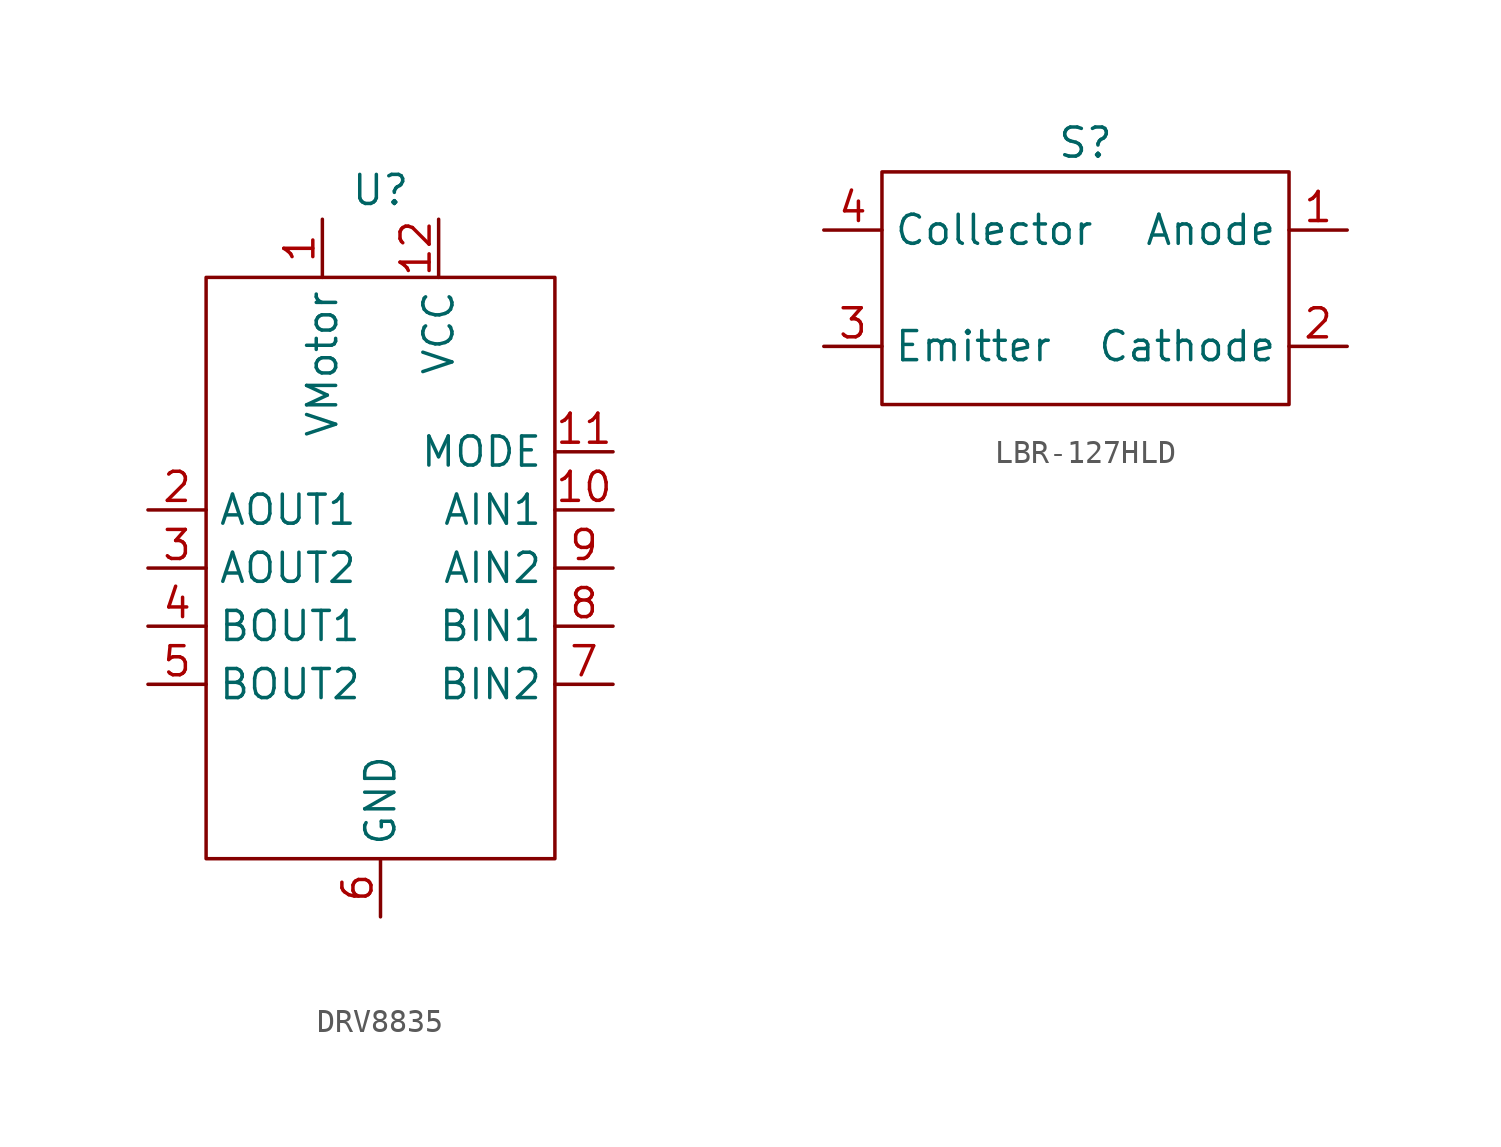
<source format=kicad_sym>
(kicad_symbol_lib
  (version 20220914)
  (generator kicad_symbol_editor)
  (symbol "DRV8835"
    (property "Reference" "U"
      (at 0 3.81 0)
      (effects (font (size 1.27 1.27))))
    (property "Value" ""
      (at 0 3.81 0)
      (effects (font (size 1.27 1.27))))
    (symbol "DRV8835_0_1"
      (rectangle (start -7.62 0) (end 7.62 -25.4) (stroke (width 0) (type default)) (fill (type none))))
    (symbol "DRV8835_1_1"
      (pin power_in line (at -2.54 2.54 270) (length 2.54) (name "VMotor" (effects (font (size 1.27 1.27)))) (number "1" (effects (font (size 1.27 1.27)))))
      (pin input line (at 10.16 -10.16 180) (length 2.54) (name "AIN1" (effects (font (size 1.27 1.27)))) (number "10" (effects (font (size 1.27 1.27)))))
      (pin input line (at 10.16 -7.62 180) (length 2.54) (name "MODE" (effects (font (size 1.27 1.27)))) (number "11" (effects (font (size 1.27 1.27)))))
      (pin power_in line (at 2.54 2.54 270) (length 2.54) (name "VCC" (effects (font (size 1.27 1.27)))) (number "12" (effects (font (size 1.27 1.27)))))
      (pin output line (at -10.16 -10.16 0) (length 2.54) (name "AOUT1" (effects (font (size 1.27 1.27)))) (number "2" (effects (font (size 1.27 1.27)))))
      (pin output line (at -10.16 -12.7 0) (length 2.54) (name "AOUT2" (effects (font (size 1.27 1.27)))) (number "3" (effects (font (size 1.27 1.27)))))
      (pin output line (at -10.16 -15.24 0) (length 2.54) (name "BOUT1" (effects (font (size 1.27 1.27)))) (number "4" (effects (font (size 1.27 1.27)))))
      (pin output line (at -10.16 -17.78 0) (length 2.54) (name "BOUT2" (effects (font (size 1.27 1.27)))) (number "5" (effects (font (size 1.27 1.27)))))
      (pin power_in line (at 0 -27.94 90) (length 2.54) (name "GND" (effects (font (size 1.27 1.27)))) (number "6" (effects (font (size 1.27 1.27)))))
      (pin input line (at 10.16 -17.78 180) (length 2.54) (name "BIN2" (effects (font (size 1.27 1.27)))) (number "7" (effects (font (size 1.27 1.27)))))
      (pin input line (at 10.16 -15.24 180) (length 2.54) (name "BIN1" (effects (font (size 1.27 1.27)))) (number "8" (effects (font (size 1.27 1.27)))))
      (pin input line (at 10.16 -12.7 180) (length 2.54) (name "AIN2" (effects (font (size 1.27 1.27)))) (number "9" (effects (font (size 1.27 1.27)))))))
  (symbol "LBR-127HLD"
    (property "Reference" "S"
      (at 0 1.27 0)
      (effects (font (size 1.27 1.27))))
    (property "Value" ""
      (at 0 0 0)
      (effects (font (size 1.27 1.27))))
    (symbol "LBR-127HLD_0_1"
      (rectangle (start -8.89 0) (end 8.89 -10.16) (stroke (width 0) (type default)) (fill (type none))))
    (symbol "LBR-127HLD_1_1"
      (pin passive line (at 11.43 -2.54 180) (length 2.54) (name "Anode" (effects (font (size 1.27 1.27)))) (number "1" (effects (font (size 1.27 1.27)))))
      (pin passive line (at 11.43 -7.62 180) (length 2.54) (name "Cathode" (effects (font (size 1.27 1.27)))) (number "2" (effects (font (size 1.27 1.27)))))
      (pin passive line (at -11.43 -7.62 0) (length 2.54) (name "Emitter" (effects (font (size 1.27 1.27)))) (number "3" (effects (font (size 1.27 1.27)))))
      (pin passive line (at -11.43 -2.54 0) (length 2.54) (name "Collector" (effects (font (size 1.27 1.27)))) (number "4" (effects (font (size 1.27 1.27))))))))
</source>
